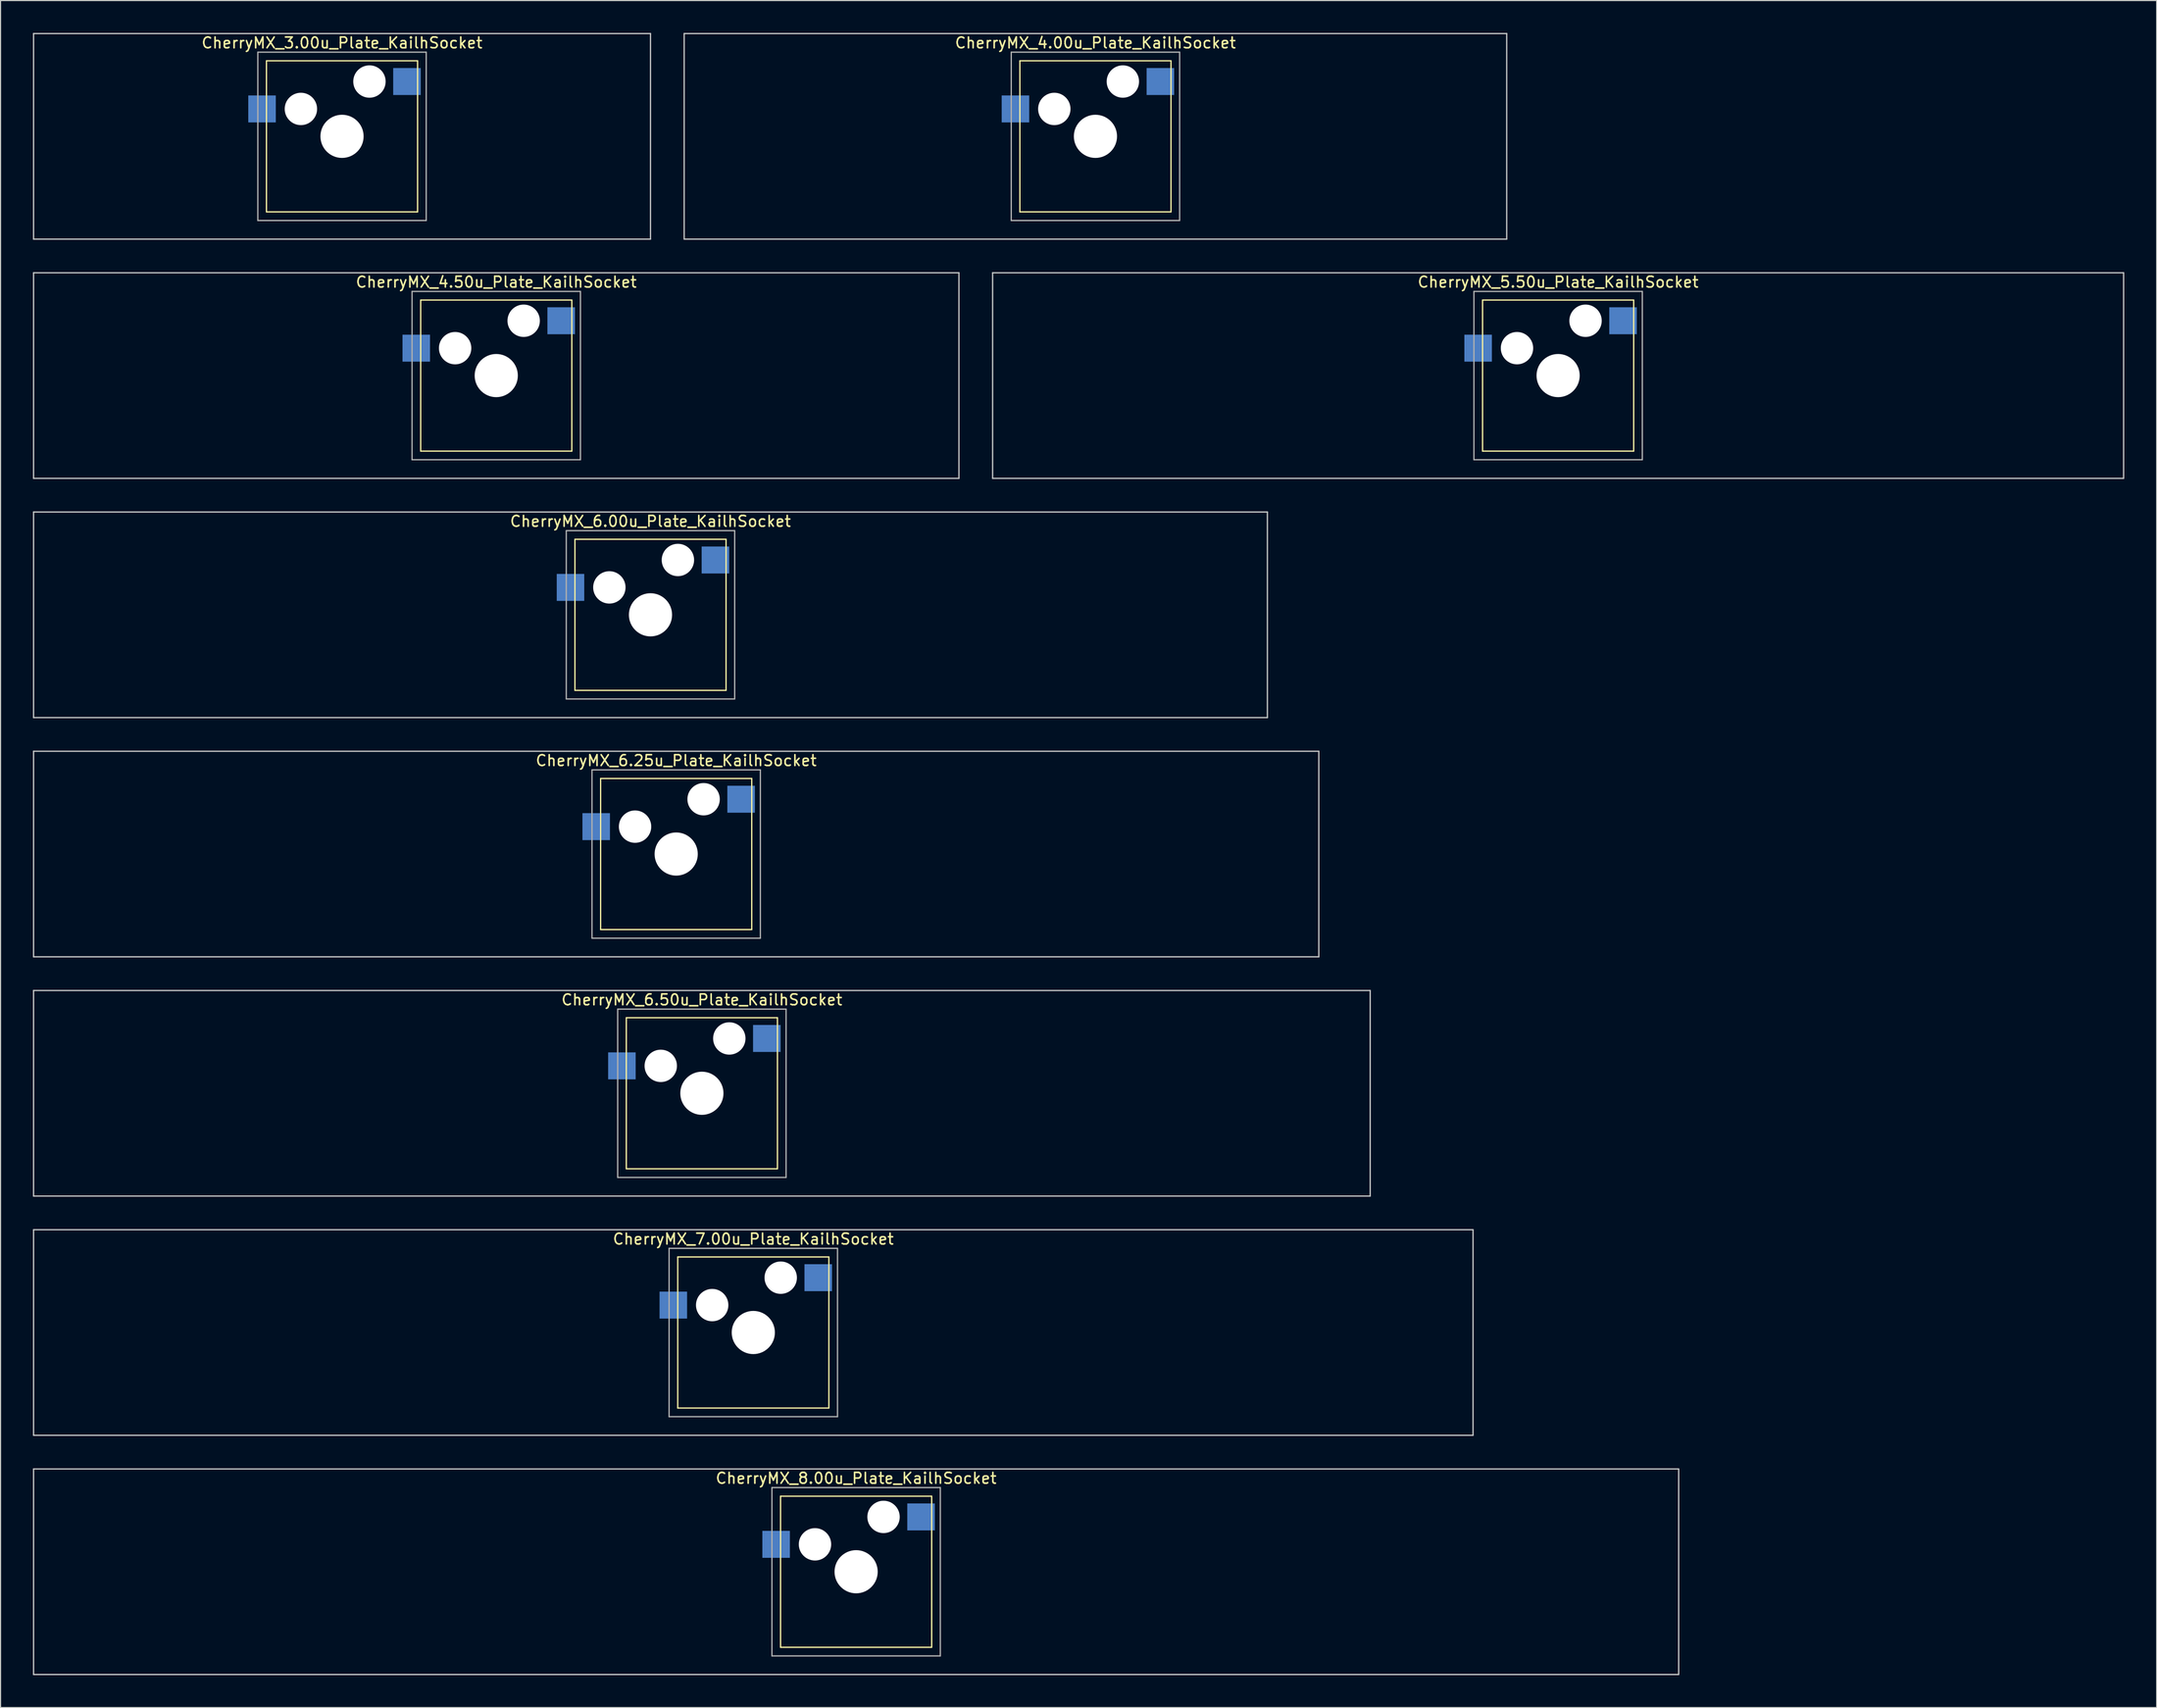
<source format=kicad_pcb>
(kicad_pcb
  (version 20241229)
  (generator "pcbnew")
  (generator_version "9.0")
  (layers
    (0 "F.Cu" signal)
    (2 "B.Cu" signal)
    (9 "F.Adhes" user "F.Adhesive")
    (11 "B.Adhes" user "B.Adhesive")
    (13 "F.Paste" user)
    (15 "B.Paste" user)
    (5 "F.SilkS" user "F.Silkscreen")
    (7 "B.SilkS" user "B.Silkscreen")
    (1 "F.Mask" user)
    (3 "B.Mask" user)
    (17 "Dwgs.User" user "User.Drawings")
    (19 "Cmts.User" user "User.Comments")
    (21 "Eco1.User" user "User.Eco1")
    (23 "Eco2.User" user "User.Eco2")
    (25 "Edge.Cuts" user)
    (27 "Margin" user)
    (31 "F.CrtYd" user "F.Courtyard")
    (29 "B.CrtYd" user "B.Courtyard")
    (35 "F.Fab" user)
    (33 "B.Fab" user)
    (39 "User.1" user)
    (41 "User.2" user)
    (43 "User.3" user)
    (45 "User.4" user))
  (footprint "CherryMX_8.00u_Plate_KailhSocket"
    (layer "F.Cu")
    (at 76.26 142.605)
    (property "Reference" "CherryMX_8.00u_Plate_KailhSocket" (at 0 -8.662 0) (layer "F.SilkS") (effects (font (size 1 1) (thickness 0.15))))
    (attr through_hole)
    (fp_line (start -7 -7) (end -7 7) (stroke (width 0.12) (type solid)) (layer "F.SilkS"))
    (fp_line (start -7 -7) (end 7 -7) (stroke (width 0.12) (type solid)) (layer "F.SilkS"))
    (fp_line (start 7 -7) (end 7 7) (stroke (width 0.12) (type solid)) (layer "F.SilkS"))
    (fp_line (start 7 7) (end -7 7) (stroke (width 0.12) (type solid)) (layer "F.SilkS"))
    (fp_line (start -76.2 -9.525) (end 76.2 -9.525) (stroke (width 0.12) (type solid)) (layer "Dwgs.User"))
    (fp_line (start -76.2 9.525) (end -76.2 -9.525) (stroke (width 0.12) (type solid)) (layer "Dwgs.User"))
    (fp_line (start 76.2 -9.525) (end 76.2 9.525) (stroke (width 0.12) (type solid)) (layer "Dwgs.User"))
    (fp_line (start 76.2 9.525) (end -76.2 9.525) (stroke (width 0.12) (type solid)) (layer "Dwgs.User"))
    (fp_line (start -7.8 -7.8) (end -7.8 7.8) (stroke (width 0.12) (type solid)) (layer "F.Fab"))
    (fp_line (start -7.8 -7.8) (end 7.8 -7.8) (stroke (width 0.12) (type solid)) (layer "F.Fab"))
    (fp_line (start -7.8 7.8) (end 7.8 7.8) (stroke (width 0.12) (type solid)) (layer "F.Fab"))
    (fp_line (start 7.8 -7.8) (end 7.8 7.8) (stroke (width 0.12) (type solid)) (layer "F.Fab"))
    (pad "" np_thru_hole circle (at -3.81 -2.54) (size 3 3) (drill 3) (layers "*.Cu" "*.Mask"))
    (pad "" np_thru_hole circle (at 0 0) (size 4 4) (drill 4) (layers "*.Cu" "*.Mask"))
    (pad "" np_thru_hole circle (at 2.54 -5.08) (size 3 3) (drill 3) (layers "*.Cu" "*.Mask"))
    (pad "1" smd rect (at -7.41 -2.54) (size 2.55 2.5) (layers "B.Cu" "B.Mask" "B.Paste"))
    (pad "2" smd rect (at 6.015 -5.08) (size 2.55 2.5) (layers "B.Cu" "B.Mask" "B.Paste")))
  (footprint "CherryMX_5.50u_Plate_KailhSocket"
    (layer "F.Cu")
    (at 141.292 31.755)
    (property "Reference" "CherryMX_5.50u_Plate_KailhSocket" (at 0 -8.662 0) (layer "F.SilkS") (effects (font (size 1 1) (thickness 0.15))))
    (attr through_hole)
    (fp_line (start -7 -7) (end -7 7) (stroke (width 0.12) (type solid)) (layer "F.SilkS"))
    (fp_line (start -7 -7) (end 7 -7) (stroke (width 0.12) (type solid)) (layer "F.SilkS"))
    (fp_line (start 7 -7) (end 7 7) (stroke (width 0.12) (type solid)) (layer "F.SilkS"))
    (fp_line (start 7 7) (end -7 7) (stroke (width 0.12) (type solid)) (layer "F.SilkS"))
    (fp_line (start -52.388 -9.525) (end 52.388 -9.525) (stroke (width 0.12) (type solid)) (layer "Dwgs.User"))
    (fp_line (start -52.388 9.525) (end -52.388 -9.525) (stroke (width 0.12) (type solid)) (layer "Dwgs.User"))
    (fp_line (start 52.388 -9.525) (end 52.388 9.525) (stroke (width 0.12) (type solid)) (layer "Dwgs.User"))
    (fp_line (start 52.388 9.525) (end -52.388 9.525) (stroke (width 0.12) (type solid)) (layer "Dwgs.User"))
    (fp_line (start -7.8 -7.8) (end -7.8 7.8) (stroke (width 0.12) (type solid)) (layer "F.Fab"))
    (fp_line (start -7.8 -7.8) (end 7.8 -7.8) (stroke (width 0.12) (type solid)) (layer "F.Fab"))
    (fp_line (start -7.8 7.8) (end 7.8 7.8) (stroke (width 0.12) (type solid)) (layer "F.Fab"))
    (fp_line (start 7.8 -7.8) (end 7.8 7.8) (stroke (width 0.12) (type solid)) (layer "F.Fab"))
    (pad "" np_thru_hole circle (at -3.81 -2.54) (size 3 3) (drill 3) (layers "*.Cu" "*.Mask"))
    (pad "" np_thru_hole circle (at 0 0) (size 4 4) (drill 4) (layers "*.Cu" "*.Mask"))
    (pad "" np_thru_hole circle (at 2.54 -5.08) (size 3 3) (drill 3) (layers "*.Cu" "*.Mask"))
    (pad "1" smd rect (at -7.41 -2.54) (size 2.55 2.5) (layers "B.Cu" "B.Mask" "B.Paste"))
    (pad "2" smd rect (at 6.015 -5.08) (size 2.55 2.5) (layers "B.Cu" "B.Mask" "B.Paste")))
  (footprint "CherryMX_6.25u_Plate_KailhSocket"
    (layer "F.Cu")
    (at 59.591 76.095)
    (property "Reference" "CherryMX_6.25u_Plate_KailhSocket" (at 0 -8.662 0) (layer "F.SilkS") (effects (font (size 1 1) (thickness 0.15))))
    (attr through_hole)
    (fp_line (start -7 -7) (end -7 7) (stroke (width 0.12) (type solid)) (layer "F.SilkS"))
    (fp_line (start -7 -7) (end 7 -7) (stroke (width 0.12) (type solid)) (layer "F.SilkS"))
    (fp_line (start 7 -7) (end 7 7) (stroke (width 0.12) (type solid)) (layer "F.SilkS"))
    (fp_line (start 7 7) (end -7 7) (stroke (width 0.12) (type solid)) (layer "F.SilkS"))
    (fp_line (start -59.531 -9.525) (end 59.531 -9.525) (stroke (width 0.12) (type solid)) (layer "Dwgs.User"))
    (fp_line (start -59.531 9.525) (end -59.531 -9.525) (stroke (width 0.12) (type solid)) (layer "Dwgs.User"))
    (fp_line (start 59.531 -9.525) (end 59.531 9.525) (stroke (width 0.12) (type solid)) (layer "Dwgs.User"))
    (fp_line (start 59.531 9.525) (end -59.531 9.525) (stroke (width 0.12) (type solid)) (layer "Dwgs.User"))
    (fp_line (start -7.8 -7.8) (end -7.8 7.8) (stroke (width 0.12) (type solid)) (layer "F.Fab"))
    (fp_line (start -7.8 -7.8) (end 7.8 -7.8) (stroke (width 0.12) (type solid)) (layer "F.Fab"))
    (fp_line (start -7.8 7.8) (end 7.8 7.8) (stroke (width 0.12) (type solid)) (layer "F.Fab"))
    (fp_line (start 7.8 -7.8) (end 7.8 7.8) (stroke (width 0.12) (type solid)) (layer "F.Fab"))
    (pad "" np_thru_hole circle (at -3.81 -2.54) (size 3 3) (drill 3) (layers "*.Cu" "*.Mask"))
    (pad "" np_thru_hole circle (at 0 0) (size 4 4) (drill 4) (layers "*.Cu" "*.Mask"))
    (pad "" np_thru_hole circle (at 2.54 -5.08) (size 3 3) (drill 3) (layers "*.Cu" "*.Mask"))
    (pad "1" smd rect (at -7.41 -2.54) (size 2.55 2.5) (layers "B.Cu" "B.Mask" "B.Paste"))
    (pad "2" smd rect (at 6.015 -5.08) (size 2.55 2.5) (layers "B.Cu" "B.Mask" "B.Paste")))
  (footprint "CherryMX_7.00u_Plate_KailhSocket"
    (layer "F.Cu")
    (at 66.735 120.435)
    (property "Reference" "CherryMX_7.00u_Plate_KailhSocket" (at 0 -8.662 0) (layer "F.SilkS") (effects (font (size 1 1) (thickness 0.15))))
    (attr through_hole)
    (fp_line (start -7 -7) (end -7 7) (stroke (width 0.12) (type solid)) (layer "F.SilkS"))
    (fp_line (start -7 -7) (end 7 -7) (stroke (width 0.12) (type solid)) (layer "F.SilkS"))
    (fp_line (start 7 -7) (end 7 7) (stroke (width 0.12) (type solid)) (layer "F.SilkS"))
    (fp_line (start 7 7) (end -7 7) (stroke (width 0.12) (type solid)) (layer "F.SilkS"))
    (fp_line (start -66.675 -9.525) (end 66.675 -9.525) (stroke (width 0.12) (type solid)) (layer "Dwgs.User"))
    (fp_line (start -66.675 9.525) (end -66.675 -9.525) (stroke (width 0.12) (type solid)) (layer "Dwgs.User"))
    (fp_line (start 66.675 -9.525) (end 66.675 9.525) (stroke (width 0.12) (type solid)) (layer "Dwgs.User"))
    (fp_line (start 66.675 9.525) (end -66.675 9.525) (stroke (width 0.12) (type solid)) (layer "Dwgs.User"))
    (fp_line (start -7.8 -7.8) (end -7.8 7.8) (stroke (width 0.12) (type solid)) (layer "F.Fab"))
    (fp_line (start -7.8 -7.8) (end 7.8 -7.8) (stroke (width 0.12) (type solid)) (layer "F.Fab"))
    (fp_line (start -7.8 7.8) (end 7.8 7.8) (stroke (width 0.12) (type solid)) (layer "F.Fab"))
    (fp_line (start 7.8 -7.8) (end 7.8 7.8) (stroke (width 0.12) (type solid)) (layer "F.Fab"))
    (pad "" np_thru_hole circle (at -3.81 -2.54) (size 3 3) (drill 3) (layers "*.Cu" "*.Mask"))
    (pad "" np_thru_hole circle (at 0 0) (size 4 4) (drill 4) (layers "*.Cu" "*.Mask"))
    (pad "" np_thru_hole circle (at 2.54 -5.08) (size 3 3) (drill 3) (layers "*.Cu" "*.Mask"))
    (pad "1" smd rect (at -7.41 -2.54) (size 2.55 2.5) (layers "B.Cu" "B.Mask" "B.Paste"))
    (pad "2" smd rect (at 6.015 -5.08) (size 2.55 2.5) (layers "B.Cu" "B.Mask" "B.Paste")))
  (footprint "CherryMX_6.50u_Plate_KailhSocket"
    (layer "F.Cu")
    (at 61.972 98.265)
    (property "Reference" "CherryMX_6.50u_Plate_KailhSocket" (at 0 -8.662 0) (layer "F.SilkS") (effects (font (size 1 1) (thickness 0.15))))
    (attr through_hole)
    (fp_line (start -7 -7) (end -7 7) (stroke (width 0.12) (type solid)) (layer "F.SilkS"))
    (fp_line (start -7 -7) (end 7 -7) (stroke (width 0.12) (type solid)) (layer "F.SilkS"))
    (fp_line (start 7 -7) (end 7 7) (stroke (width 0.12) (type solid)) (layer "F.SilkS"))
    (fp_line (start 7 7) (end -7 7) (stroke (width 0.12) (type solid)) (layer "F.SilkS"))
    (fp_line (start -61.913 -9.525) (end 61.913 -9.525) (stroke (width 0.12) (type solid)) (layer "Dwgs.User"))
    (fp_line (start -61.913 9.525) (end -61.913 -9.525) (stroke (width 0.12) (type solid)) (layer "Dwgs.User"))
    (fp_line (start 61.913 -9.525) (end 61.913 9.525) (stroke (width 0.12) (type solid)) (layer "Dwgs.User"))
    (fp_line (start 61.913 9.525) (end -61.913 9.525) (stroke (width 0.12) (type solid)) (layer "Dwgs.User"))
    (fp_line (start -7.8 -7.8) (end -7.8 7.8) (stroke (width 0.12) (type solid)) (layer "F.Fab"))
    (fp_line (start -7.8 -7.8) (end 7.8 -7.8) (stroke (width 0.12) (type solid)) (layer "F.Fab"))
    (fp_line (start -7.8 7.8) (end 7.8 7.8) (stroke (width 0.12) (type solid)) (layer "F.Fab"))
    (fp_line (start 7.8 -7.8) (end 7.8 7.8) (stroke (width 0.12) (type solid)) (layer "F.Fab"))
    (pad "" np_thru_hole circle (at -3.81 -2.54) (size 3 3) (drill 3) (layers "*.Cu" "*.Mask"))
    (pad "" np_thru_hole circle (at 0 0) (size 4 4) (drill 4) (layers "*.Cu" "*.Mask"))
    (pad "" np_thru_hole circle (at 2.54 -5.08) (size 3 3) (drill 3) (layers "*.Cu" "*.Mask"))
    (pad "1" smd rect (at -7.41 -2.54) (size 2.55 2.5) (layers "B.Cu" "B.Mask" "B.Paste"))
    (pad "2" smd rect (at 6.015 -5.08) (size 2.55 2.5) (layers "B.Cu" "B.Mask" "B.Paste")))
  (footprint "CherryMX_4.00u_Plate_KailhSocket"
    (layer "F.Cu")
    (at 98.43 9.585)
    (property "Reference" "CherryMX_4.00u_Plate_KailhSocket" (at 0 -8.662 0) (layer "F.SilkS") (effects (font (size 1 1) (thickness 0.15))))
    (attr through_hole)
    (fp_line (start -7 -7) (end -7 7) (stroke (width 0.12) (type solid)) (layer "F.SilkS"))
    (fp_line (start -7 -7) (end 7 -7) (stroke (width 0.12) (type solid)) (layer "F.SilkS"))
    (fp_line (start 7 -7) (end 7 7) (stroke (width 0.12) (type solid)) (layer "F.SilkS"))
    (fp_line (start 7 7) (end -7 7) (stroke (width 0.12) (type solid)) (layer "F.SilkS"))
    (fp_line (start -38.1 -9.525) (end 38.1 -9.525) (stroke (width 0.12) (type solid)) (layer "Dwgs.User"))
    (fp_line (start -38.1 9.525) (end -38.1 -9.525) (stroke (width 0.12) (type solid)) (layer "Dwgs.User"))
    (fp_line (start 38.1 -9.525) (end 38.1 9.525) (stroke (width 0.12) (type solid)) (layer "Dwgs.User"))
    (fp_line (start 38.1 9.525) (end -38.1 9.525) (stroke (width 0.12) (type solid)) (layer "Dwgs.User"))
    (fp_line (start -7.8 -7.8) (end -7.8 7.8) (stroke (width 0.12) (type solid)) (layer "F.Fab"))
    (fp_line (start -7.8 -7.8) (end 7.8 -7.8) (stroke (width 0.12) (type solid)) (layer "F.Fab"))
    (fp_line (start -7.8 7.8) (end 7.8 7.8) (stroke (width 0.12) (type solid)) (layer "F.Fab"))
    (fp_line (start 7.8 -7.8) (end 7.8 7.8) (stroke (width 0.12) (type solid)) (layer "F.Fab"))
    (pad "" np_thru_hole circle (at -3.81 -2.54) (size 3 3) (drill 3) (layers "*.Cu" "*.Mask"))
    (pad "" np_thru_hole circle (at 0 0) (size 4 4) (drill 4) (layers "*.Cu" "*.Mask"))
    (pad "" np_thru_hole circle (at 2.54 -5.08) (size 3 3) (drill 3) (layers "*.Cu" "*.Mask"))
    (pad "1" smd rect (at -7.41 -2.54) (size 2.55 2.5) (layers "B.Cu" "B.Mask" "B.Paste"))
    (pad "2" smd rect (at 6.015 -5.08) (size 2.55 2.5) (layers "B.Cu" "B.Mask" "B.Paste")))
  (footprint "CherryMX_4.50u_Plate_KailhSocket"
    (layer "F.Cu")
    (at 42.922 31.755)
    (property "Reference" "CherryMX_4.50u_Plate_KailhSocket" (at 0 -8.662 0) (layer "F.SilkS") (effects (font (size 1 1) (thickness 0.15))))
    (attr through_hole)
    (fp_line (start -7 -7) (end -7 7) (stroke (width 0.12) (type solid)) (layer "F.SilkS"))
    (fp_line (start -7 -7) (end 7 -7) (stroke (width 0.12) (type solid)) (layer "F.SilkS"))
    (fp_line (start 7 -7) (end 7 7) (stroke (width 0.12) (type solid)) (layer "F.SilkS"))
    (fp_line (start 7 7) (end -7 7) (stroke (width 0.12) (type solid)) (layer "F.SilkS"))
    (fp_line (start -42.862 -9.525) (end 42.862 -9.525) (stroke (width 0.12) (type solid)) (layer "Dwgs.User"))
    (fp_line (start -42.862 9.525) (end -42.862 -9.525) (stroke (width 0.12) (type solid)) (layer "Dwgs.User"))
    (fp_line (start 42.862 -9.525) (end 42.862 9.525) (stroke (width 0.12) (type solid)) (layer "Dwgs.User"))
    (fp_line (start 42.862 9.525) (end -42.862 9.525) (stroke (width 0.12) (type solid)) (layer "Dwgs.User"))
    (fp_line (start -7.8 -7.8) (end -7.8 7.8) (stroke (width 0.12) (type solid)) (layer "F.Fab"))
    (fp_line (start -7.8 -7.8) (end 7.8 -7.8) (stroke (width 0.12) (type solid)) (layer "F.Fab"))
    (fp_line (start -7.8 7.8) (end 7.8 7.8) (stroke (width 0.12) (type solid)) (layer "F.Fab"))
    (fp_line (start 7.8 -7.8) (end 7.8 7.8) (stroke (width 0.12) (type solid)) (layer "F.Fab"))
    (pad "" np_thru_hole circle (at -3.81 -2.54) (size 3 3) (drill 3) (layers "*.Cu" "*.Mask"))
    (pad "" np_thru_hole circle (at 0 0) (size 4 4) (drill 4) (layers "*.Cu" "*.Mask"))
    (pad "" np_thru_hole circle (at 2.54 -5.08) (size 3 3) (drill 3) (layers "*.Cu" "*.Mask"))
    (pad "1" smd rect (at -7.41 -2.54) (size 2.55 2.5) (layers "B.Cu" "B.Mask" "B.Paste"))
    (pad "2" smd rect (at 6.015 -5.08) (size 2.55 2.5) (layers "B.Cu" "B.Mask" "B.Paste")))
  (footprint "CherryMX_3.00u_Plate_KailhSocket"
    (layer "F.Cu")
    (at 28.635 9.585)
    (property "Reference" "CherryMX_3.00u_Plate_KailhSocket" (at 0 -8.662 0) (layer "F.SilkS") (effects (font (size 1 1) (thickness 0.15))))
    (attr through_hole)
    (fp_line (start -7 -7) (end -7 7) (stroke (width 0.12) (type solid)) (layer "F.SilkS"))
    (fp_line (start -7 -7) (end 7 -7) (stroke (width 0.12) (type solid)) (layer "F.SilkS"))
    (fp_line (start 7 -7) (end 7 7) (stroke (width 0.12) (type solid)) (layer "F.SilkS"))
    (fp_line (start 7 7) (end -7 7) (stroke (width 0.12) (type solid)) (layer "F.SilkS"))
    (fp_line (start -28.575 -9.525) (end 28.575 -9.525) (stroke (width 0.12) (type solid)) (layer "Dwgs.User"))
    (fp_line (start -28.575 9.525) (end -28.575 -9.525) (stroke (width 0.12) (type solid)) (layer "Dwgs.User"))
    (fp_line (start 28.575 -9.525) (end 28.575 9.525) (stroke (width 0.12) (type solid)) (layer "Dwgs.User"))
    (fp_line (start 28.575 9.525) (end -28.575 9.525) (stroke (width 0.12) (type solid)) (layer "Dwgs.User"))
    (fp_line (start -7.8 -7.8) (end -7.8 7.8) (stroke (width 0.12) (type solid)) (layer "F.Fab"))
    (fp_line (start -7.8 -7.8) (end 7.8 -7.8) (stroke (width 0.12) (type solid)) (layer "F.Fab"))
    (fp_line (start -7.8 7.8) (end 7.8 7.8) (stroke (width 0.12) (type solid)) (layer "F.Fab"))
    (fp_line (start 7.8 -7.8) (end 7.8 7.8) (stroke (width 0.12) (type solid)) (layer "F.Fab"))
    (pad "" np_thru_hole circle (at -3.81 -2.54) (size 3 3) (drill 3) (layers "*.Cu" "*.Mask"))
    (pad "" np_thru_hole circle (at 0 0) (size 4 4) (drill 4) (layers "*.Cu" "*.Mask"))
    (pad "" np_thru_hole circle (at 2.54 -5.08) (size 3 3) (drill 3) (layers "*.Cu" "*.Mask"))
    (pad "1" smd rect (at -7.41 -2.54) (size 2.55 2.5) (layers "B.Cu" "B.Mask" "B.Paste"))
    (pad "2" smd rect (at 6.015 -5.08) (size 2.55 2.5) (layers "B.Cu" "B.Mask" "B.Paste")))
  (footprint "CherryMX_6.00u_Plate_KailhSocket"
    (layer "F.Cu")
    (at 57.21 53.925)
    (property "Reference" "CherryMX_6.00u_Plate_KailhSocket" (at 0 -8.662 0) (layer "F.SilkS") (effects (font (size 1 1) (thickness 0.15))))
    (attr through_hole)
    (fp_line (start -7 -7) (end -7 7) (stroke (width 0.12) (type solid)) (layer "F.SilkS"))
    (fp_line (start -7 -7) (end 7 -7) (stroke (width 0.12) (type solid)) (layer "F.SilkS"))
    (fp_line (start 7 -7) (end 7 7) (stroke (width 0.12) (type solid)) (layer "F.SilkS"))
    (fp_line (start 7 7) (end -7 7) (stroke (width 0.12) (type solid)) (layer "F.SilkS"))
    (fp_line (start -57.15 -9.525) (end 57.15 -9.525) (stroke (width 0.12) (type solid)) (layer "Dwgs.User"))
    (fp_line (start -57.15 9.525) (end -57.15 -9.525) (stroke (width 0.12) (type solid)) (layer "Dwgs.User"))
    (fp_line (start 57.15 -9.525) (end 57.15 9.525) (stroke (width 0.12) (type solid)) (layer "Dwgs.User"))
    (fp_line (start 57.15 9.525) (end -57.15 9.525) (stroke (width 0.12) (type solid)) (layer "Dwgs.User"))
    (fp_line (start -7.8 -7.8) (end -7.8 7.8) (stroke (width 0.12) (type solid)) (layer "F.Fab"))
    (fp_line (start -7.8 -7.8) (end 7.8 -7.8) (stroke (width 0.12) (type solid)) (layer "F.Fab"))
    (fp_line (start -7.8 7.8) (end 7.8 7.8) (stroke (width 0.12) (type solid)) (layer "F.Fab"))
    (fp_line (start 7.8 -7.8) (end 7.8 7.8) (stroke (width 0.12) (type solid)) (layer "F.Fab"))
    (pad "" np_thru_hole circle (at -3.81 -2.54) (size 3 3) (drill 3) (layers "*.Cu" "*.Mask"))
    (pad "" np_thru_hole circle (at 0 0) (size 4 4) (drill 4) (layers "*.Cu" "*.Mask"))
    (pad "" np_thru_hole circle (at 2.54 -5.08) (size 3 3) (drill 3) (layers "*.Cu" "*.Mask"))
    (pad "1" smd rect (at -7.41 -2.54) (size 2.55 2.5) (layers "B.Cu" "B.Mask" "B.Paste"))
    (pad "2" smd rect (at 6.015 -5.08) (size 2.55 2.5) (layers "B.Cu" "B.Mask" "B.Paste")))
  (gr_rect
    (start -3 -3)
    (end 196.74 155.19)
    (stroke (width 0.1) (type default))
    (fill no)
    (layer "Edge.Cuts")))
</source>
